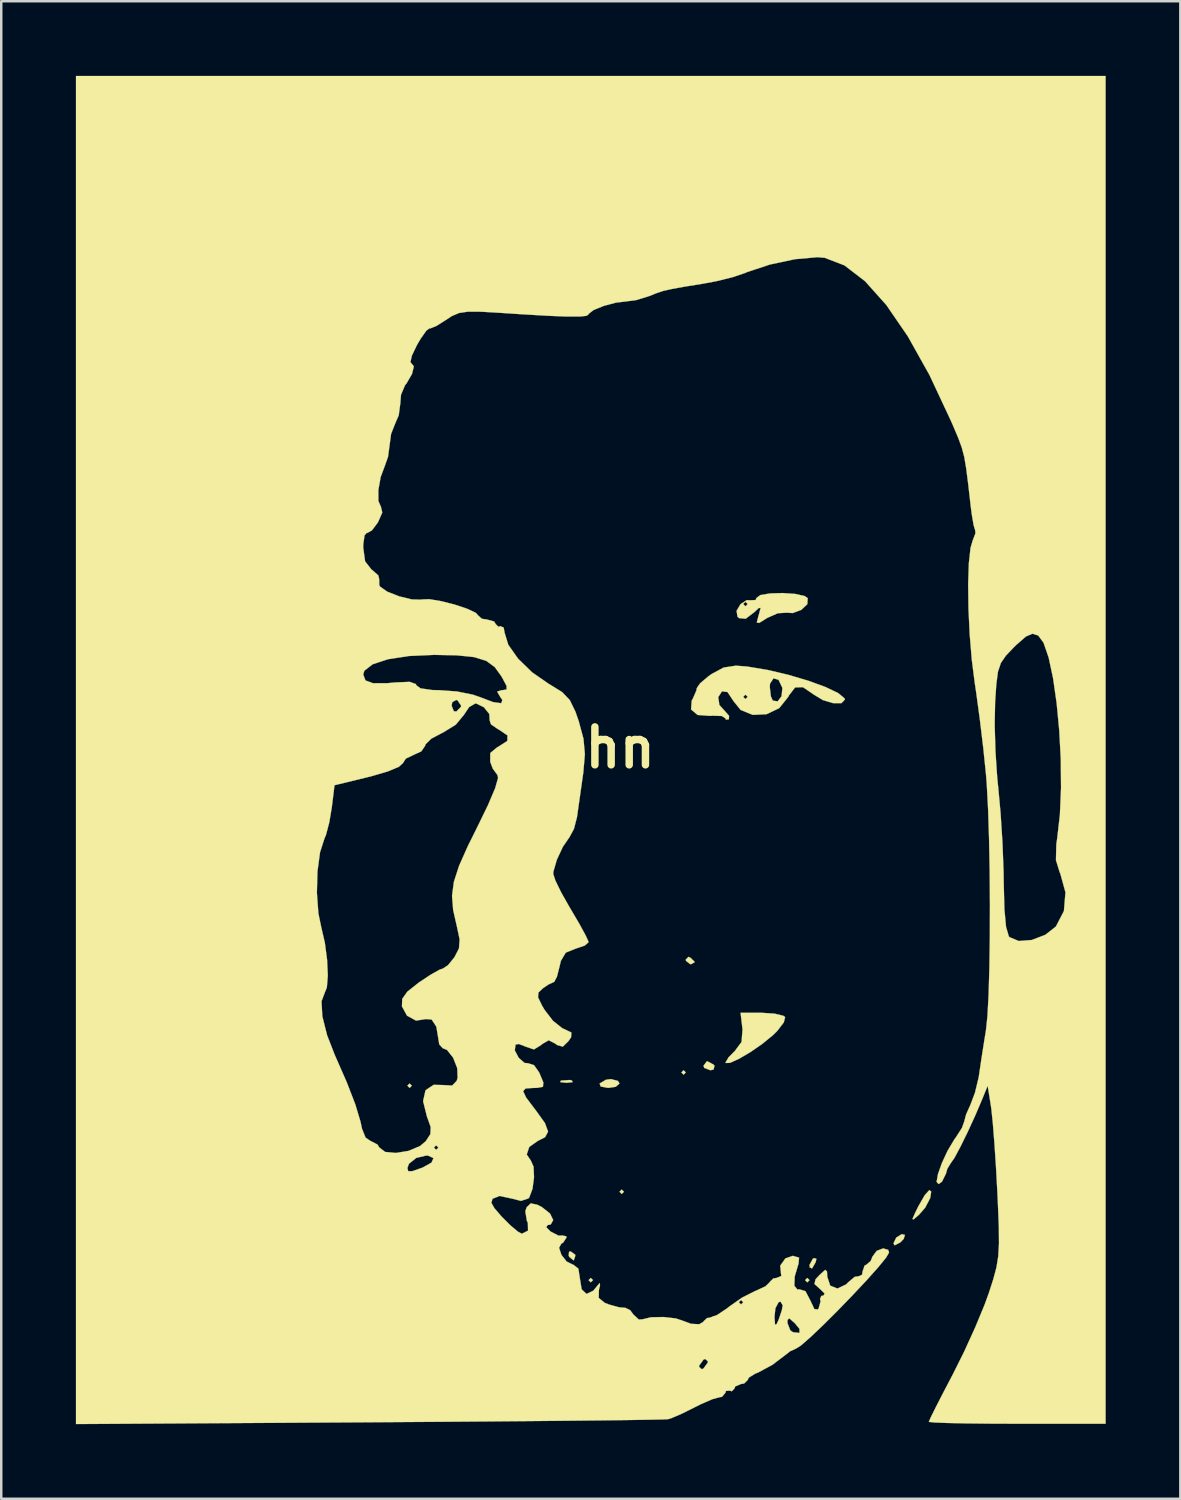
<source format=kicad_pcb>
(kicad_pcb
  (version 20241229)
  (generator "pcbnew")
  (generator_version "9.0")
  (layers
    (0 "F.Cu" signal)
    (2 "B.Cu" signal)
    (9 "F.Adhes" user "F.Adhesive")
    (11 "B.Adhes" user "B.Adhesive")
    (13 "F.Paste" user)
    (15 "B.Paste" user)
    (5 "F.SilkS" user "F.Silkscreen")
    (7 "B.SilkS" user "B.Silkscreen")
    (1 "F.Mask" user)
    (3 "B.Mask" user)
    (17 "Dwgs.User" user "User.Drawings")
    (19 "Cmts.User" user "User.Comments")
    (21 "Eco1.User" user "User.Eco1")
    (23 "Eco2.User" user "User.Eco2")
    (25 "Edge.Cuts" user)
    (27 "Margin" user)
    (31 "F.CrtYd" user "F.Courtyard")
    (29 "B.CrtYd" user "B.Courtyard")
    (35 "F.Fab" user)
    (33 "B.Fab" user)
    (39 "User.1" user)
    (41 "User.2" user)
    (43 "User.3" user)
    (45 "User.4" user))
  (footprint "John"
    (layer "F.Cu")
    (at 20.609 27.004)
    (property "Reference" "John" (at 0 0 0) (layer "F.SilkS") (effects (font (size 1.524 1.524) (thickness 0.3))))
    (attr through_hole)
    (fp_poly (pts (xy -7.105 13.588) (xy -7.194 13.677) (xy -7.283 13.588) (xy -7.194 13.499) (xy -7.105 13.588)) (stroke (width 0.01) (type solid)) (fill yes) (layer "F.SilkS"))
    (fp_poly (pts (xy 0.178 21.403) (xy 0.089 21.492) (xy 0 21.403) (xy 0.089 21.315) (xy 0.178 21.403)) (stroke (width 0.01) (type solid)) (fill yes) (layer "F.SilkS"))
    (fp_poly (pts (xy 1.421 17.851) (xy 1.332 17.94) (xy 1.243 17.851) (xy 1.332 17.762) (xy 1.421 17.851)) (stroke (width 0.01) (type solid)) (fill yes) (layer "F.SilkS"))
    (fp_poly (pts (xy 3.908 13.055) (xy 3.819 13.144) (xy 3.73 13.055) (xy 3.819 12.966) (xy 3.908 13.055)) (stroke (width 0.01) (type solid)) (fill yes) (layer "F.SilkS"))
    (fp_poly (pts (xy 8.881 21.403) (xy 8.792 21.492) (xy 8.703 21.403) (xy 8.792 21.315) (xy 8.881 21.403)) (stroke (width 0.01) (type solid)) (fill yes) (layer "F.SilkS"))
    (fp_poly (pts (xy -0.666 13.382) (xy -0.644 13.446) (xy -0.888 13.471) (xy -1.14 13.443) (xy -1.11 13.382) (xy -0.746 13.358) (xy -0.666 13.382)) (stroke (width 0.01) (type solid)) (fill yes) (layer "F.SilkS"))
    (fp_poly (pts (xy 9.158 20.545) (xy 9.127 20.684) (xy 8.983 20.934) (xy 8.89 20.892) (xy 8.881 20.792) (xy 9.01 20.551) (xy 9.057 20.517) (xy 9.158 20.545)) (stroke (width 0.01) (type solid)) (fill yes) (layer "F.SilkS"))
    (fp_poly (pts (xy 12.716 19.584) (xy 12.668 19.745) (xy 12.527 19.89) (xy 12.303 20.005) (xy 12.256 19.926) (xy 12.367 19.693) (xy 12.587 19.556) (xy 12.716 19.584)) (stroke (width 0.01) (type solid)) (fill yes) (layer "F.SilkS"))
    (fp_poly (pts (xy -0.54 20.378) (xy -0.533 20.427) (xy -0.593 20.6) (xy -0.611 20.604) (xy -0.763 20.48) (xy -0.799 20.427) (xy -0.785 20.263) (xy -0.721 20.249) (xy -0.54 20.378)) (stroke (width 0.01) (type solid)) (fill yes) (layer "F.SilkS"))
    (fp_poly (pts (xy 1.181 13.398) (xy 1.243 13.499) (xy 1.091 13.632) (xy 0.789 13.677) (xy 0.487 13.621) (xy 0.444 13.499) (xy 0.695 13.35) (xy 0.899 13.322) (xy 1.181 13.398)) (stroke (width 0.01) (type solid)) (fill yes) (layer "F.SilkS"))
    (fp_poly (pts (xy 4.085 8.437) (xy 4.255 8.597) (xy 4.263 8.625) (xy 4.126 8.701) (xy 4.085 8.703) (xy 3.915 8.567) (xy 3.908 8.515) (xy 4.017 8.409) (xy 4.085 8.437)) (stroke (width 0.01) (type solid)) (fill yes) (layer "F.SilkS"))
    (fp_poly (pts (xy 5.026 12.74) (xy 5.062 12.789) (xy 5.022 12.941) (xy 4.895 12.966) (xy 4.652 12.874) (xy 4.618 12.789) (xy 4.746 12.616) (xy 4.785 12.611) (xy 5.026 12.74)) (stroke (width 0.01) (type solid)) (fill yes) (layer "F.SilkS"))
    (fp_poly (pts (xy 13.773 17.844) (xy 13.731 18.106) (xy 13.532 18.488) (xy 13.285 18.772) (xy 13.068 18.96) (xy 13.018 18.947) (xy 13.132 18.687) (xy 13.258 18.433) (xy 13.513 17.988) (xy 13.696 17.783) (xy 13.773 17.844)) (stroke (width 0.01) (type solid)) (fill yes) (layer "F.SilkS"))
    (fp_poly (pts (xy 7.471 10.691) (xy 7.826 10.776) (xy 7.901 10.831) (xy 7.848 11.043) (xy 7.589 11.381) (xy 7.423 11.546) (xy 6.995 11.898) (xy 6.508 12.235) (xy 6.044 12.508) (xy 5.685 12.67) (xy 5.511 12.675) (xy 5.506 12.654) (xy 5.628 12.446) (xy 5.879 12.193) (xy 6.149 11.829) (xy 6.188 11.323) (xy 6.181 11.265) (xy 6.11 10.657) (xy 6.952 10.657) (xy 7.471 10.691)) (stroke (width 0.01) (type solid)) (fill yes) (layer "F.SilkS"))
    (fp_poly (pts (xy 8.301 -6.181) (xy 8.68 -6.097) (xy 8.809 -6.012) (xy 8.793 -5.768) (xy 8.551 -5.539) (xy 8.205 -5.411) (xy 7.966 -5.426) (xy 7.606 -5.404) (xy 7.179 -5.214) (xy 6.856 -5.013) (xy 6.761 -5.032) (xy 6.827 -5.291) (xy 6.839 -5.329) (xy 6.917 -5.621) (xy 6.835 -5.61) (xy 6.672 -5.454) (xy 6.316 -5.183) (xy 6.051 -5.208) (xy 5.986 -5.263) (xy 5.949 -5.501) (xy 6.11 -5.772) (xy 6.112 -5.773) (xy 6.217 -5.773) (xy 6.306 -5.684) (xy 6.394 -5.773) (xy 6.306 -5.862) (xy 6.217 -5.773) (xy 6.112 -5.773) (xy 6.361 -5.932) (xy 6.486 -5.925) (xy 6.712 -5.934) (xy 6.75 -6.02) (xy 6.906 -6.135) (xy 7.295 -6.2) (xy 7.8 -6.215) (xy 8.301 -6.181)) (stroke (width 0.01) (type solid)) (fill yes) (layer "F.SilkS"))
    (fp_poly (pts (xy 6.368 -3.262) (xy 7.179 -3.128) (xy 8.022 -2.93) (xy 8.827 -2.692) (xy 9.52 -2.44) (xy 10.031 -2.196) (xy 10.286 -1.986) (xy 10.302 -1.932) (xy 10.164 -1.79) (xy 9.829 -1.79) (xy 9.418 -1.913) (xy 9.059 -2.131) (xy 8.618 -2.431) (xy 8.302 -2.421) (xy 8.051 -2.096) (xy 8.024 -2.039) (xy 7.662 -1.588) (xy 7.152 -1.345) (xy 6.6 -1.318) (xy 6.112 -1.516) (xy 5.827 -1.87) (xy 5.713 -2.043) (xy 6.217 -2.043) (xy 6.306 -1.954) (xy 6.394 -2.043) (xy 6.306 -2.131) (xy 6.217 -2.043) (xy 5.713 -2.043) (xy 5.585 -2.237) (xy 5.363 -2.266) (xy 5.212 -2.034) (xy 5.257 -1.716) (xy 5.439 -1.516) (xy 5.647 -1.281) (xy 5.639 -1.139) (xy 5.515 -1.127) (xy 5.506 -1.178) (xy 5.352 -1.273) (xy 4.973 -1.286) (xy 4.886 -1.277) (xy 4.383 -1.315) (xy 4.12 -1.535) (xy 4.145 -1.889) (xy 4.2 -1.99) (xy 4.335 -2.302) (xy 4.349 -2.391) (xy 4.384 -2.442) (xy 7.283 -2.442) (xy 7.328 -2.062) (xy 7.404 -1.892) (xy 7.6 -1.862) (xy 7.757 -2.068) (xy 7.79 -2.394) (xy 7.788 -2.409) (xy 7.636 -2.728) (xy 7.433 -2.787) (xy 7.294 -2.576) (xy 7.283 -2.442) (xy 4.384 -2.442) (xy 4.485 -2.589) (xy 4.822 -2.874) (xy 4.947 -2.962) (xy 5.428 -3.221) (xy 5.921 -3.296) (xy 6.368 -3.262)) (stroke (width 0.01) (type solid)) (fill yes) (layer "F.SilkS"))
    (fp_poly (pts (xy 20.782 27.176) (xy 17.229 27.176) (xy 16.15 27.172) (xy 15.202 27.162) (xy 14.44 27.146) (xy 13.916 27.126) (xy 13.684 27.102) (xy 13.677 27.097) (xy 13.755 26.918) (xy 13.967 26.491) (xy 14.281 25.88) (xy 14.643 25.188) (xy 15.097 24.278) (xy 15.541 23.303) (xy 15.913 22.405) (xy 16.084 21.936) (xy 16.267 21.37) (xy 16.393 20.903) (xy 16.467 20.45) (xy 16.497 19.929) (xy 16.491 19.256) (xy 16.454 18.347) (xy 16.432 17.872) (xy 16.377 16.862) (xy 16.314 15.909) (xy 16.25 15.101) (xy 16.191 14.529) (xy 16.174 14.409) (xy 16.042 13.588) (xy 15.826 14.121) (xy 15.546 14.778) (xy 15.238 15.449) (xy 14.943 16.05) (xy 14.704 16.494) (xy 14.562 16.696) (xy 14.562 16.697) (xy 14.42 16.928) (xy 14.364 17.126) (xy 14.205 17.446) (xy 14.071 17.542) (xy 13.989 17.455) (xy 14.043 17.144) (xy 14.201 16.698) (xy 14.43 16.206) (xy 14.697 15.756) (xy 14.773 15.651) (xy 15.008 15.285) (xy 15.099 15.03) (xy 15.177 14.739) (xy 15.348 14.357) (xy 15.532 13.87) (xy 15.679 13.258) (xy 15.702 13.114) (xy 15.797 12.469) (xy 15.916 11.711) (xy 15.972 11.368) (xy 16.033 10.796) (xy 16.079 9.937) (xy 16.111 8.856) (xy 16.129 7.622) (xy 16.133 6.301) (xy 16.123 4.961) (xy 16.098 3.667) (xy 16.06 2.489) (xy 16.007 1.492) (xy 15.974 1.066) (xy 15.866 0.016) (xy 15.753 -0.924) (xy 16.324 -0.924) (xy 16.355 0.142) (xy 16.426 1.201) (xy 16.466 1.599) (xy 16.562 2.64) (xy 16.638 3.837) (xy 16.682 4.992) (xy 16.688 5.426) (xy 16.714 6.487) (xy 16.781 7.203) (xy 16.891 7.58) (xy 16.919 7.616) (xy 17.293 7.772) (xy 17.815 7.731) (xy 18.358 7.523) (xy 18.784 7.19) (xy 19.107 6.566) (xy 19.169 5.815) (xy 18.961 5.058) (xy 18.937 5.009) (xy 18.787 4.522) (xy 18.802 3.887) (xy 18.837 3.641) (xy 18.945 2.702) (xy 18.991 1.627) (xy 18.981 0.478) (xy 18.92 -0.684) (xy 18.814 -1.796) (xy 18.67 -2.797) (xy 18.493 -3.625) (xy 18.288 -4.219) (xy 18.074 -4.509) (xy 17.844 -4.581) (xy 17.577 -4.467) (xy 17.188 -4.126) (xy 17.097 -4.037) (xy 16.775 -3.699) (xy 16.573 -3.405) (xy 16.455 -3.052) (xy 16.389 -2.541) (xy 16.341 -1.818) (xy 16.324 -0.924) (xy 15.753 -0.924) (xy 15.725 -1.157) (xy 15.576 -2.252) (xy 15.527 -2.576) (xy 15.405 -3.526) (xy 15.319 -4.561) (xy 15.27 -5.604) (xy 15.258 -6.58) (xy 15.286 -7.415) (xy 15.354 -8.032) (xy 15.437 -8.318) (xy 15.551 -8.619) (xy 15.541 -8.734) (xy 15.478 -8.941) (xy 15.403 -9.382) (xy 15.363 -9.69) (xy 15.26 -10.591) (xy 15.179 -11.227) (xy 15.101 -11.687) (xy 15.003 -12.059) (xy 14.867 -12.432) (xy 14.672 -12.894) (xy 14.563 -13.144) (xy 13.704 -14.977) (xy 12.835 -16.531) (xy 11.969 -17.793) (xy 11.115 -18.749) (xy 10.286 -19.386) (xy 9.492 -19.691) (xy 9.201 -19.716) (xy 8.296 -19.635) (xy 7.286 -19.42) (xy 6.372 -19.117) (xy 6.279 -19.077) (xy 5.797 -18.914) (xy 5.129 -18.749) (xy 4.591 -18.649) (xy 3.836 -18.527) (xy 3.337 -18.437) (xy 2.998 -18.359) (xy 2.723 -18.268) (xy 2.431 -18.15) (xy 1.924 -17.994) (xy 1.525 -17.94) (xy 1.091 -17.887) (xy 0.609 -17.758) (xy 0.205 -17.594) (xy 0.005 -17.44) (xy 0 -17.418) (xy -0.084 -17.359) (xy -0.36 -17.329) (xy -0.862 -17.329) (xy -1.626 -17.36) (xy -2.687 -17.422) (xy -3.521 -17.477) (xy -4.314 -17.524) (xy -4.846 -17.527) (xy -5.21 -17.472) (xy -5.497 -17.349) (xy -5.741 -17.189) (xy -6.12 -16.95) (xy -6.365 -16.852) (xy -6.394 -16.858) (xy -6.523 -16.761) (xy -6.753 -16.434) (xy -6.896 -16.191) (xy -7.1 -15.766) (xy -7.162 -15.499) (xy -7.124 -15.453) (xy -7.023 -15.327) (xy -7.099 -15.02) (xy -7.319 -14.642) (xy -7.38 -14.565) (xy -7.54 -14.185) (xy -7.566 -13.855) (xy -7.631 -13.36) (xy -7.762 -13.06) (xy -7.938 -12.615) (xy -7.993 -12.205) (xy -8.062 -11.691) (xy -8.186 -11.339) (xy -8.358 -10.877) (xy -8.45 -10.358) (xy -8.449 -9.914) (xy -8.346 -9.679) (xy -8.293 -9.453) (xy -8.467 -9.056) (xy -8.708 -8.736) (xy -8.898 -8.629) (xy -8.914 -8.635) (xy -9.005 -8.538) (xy -9.055 -8.188) (xy -9.059 -8.046) (xy -8.983 -7.491) (xy -8.731 -7.164) (xy -8.697 -7.142) (xy -8.45 -6.921) (xy -8.418 -6.78) (xy -8.413 -6.53) (xy -8.381 -6.474) (xy -8.095 -6.272) (xy -7.618 -6.084) (xy -7.111 -5.96) (xy -6.736 -5.949) (xy -6.705 -5.958) (xy -6.403 -5.969) (xy -5.924 -5.889) (xy -5.378 -5.75) (xy -4.876 -5.582) (xy -4.53 -5.418) (xy -4.441 -5.316) (xy -4.292 -5.182) (xy -4.085 -5.151) (xy -3.797 -5.072) (xy -3.73 -4.963) (xy -3.621 -4.857) (xy -3.552 -4.885) (xy -3.414 -4.829) (xy -3.375 -4.619) (xy -3.228 -4.137) (xy -2.835 -3.579) (xy -2.268 -3.027) (xy -1.598 -2.563) (xy -1.562 -2.543) (xy -1.066 -2.236) (xy -0.755 -1.913) (xy -0.528 -1.446) (xy -0.395 -1.061) (xy -0.205 -0.357) (xy -0.149 0.263) (xy -0.212 1.001) (xy -0.225 1.091) (xy -0.324 1.791) (xy -0.416 2.436) (xy -0.466 2.792) (xy -0.588 3.264) (xy -0.764 3.591) (xy -1.033 3.984) (xy -1.276 4.506) (xy -1.413 4.975) (xy -1.421 5.074) (xy -1.333 5.344) (xy -1.101 5.819) (xy -0.771 6.403) (xy -0.71 6.505) (xy -0.372 7.08) (xy -0.121 7.54) (xy -0.003 7.799) (xy 0 7.819) (xy -0.153 7.955) (xy -0.521 8.079) (xy -0.527 8.081) (xy -0.917 8.239) (xy -1.114 8.57) (xy -1.169 8.805) (xy -1.273 9.211) (xy -1.382 9.415) (xy -1.396 9.42) (xy -1.613 9.52) (xy -1.827 9.666) (xy -2.015 9.841) (xy -2.032 10.034) (xy -1.871 10.367) (xy -1.771 10.537) (xy -1.431 10.979) (xy -1.057 11.278) (xy -0.978 11.312) (xy -0.69 11.451) (xy -0.703 11.641) (xy -0.806 11.794) (xy -1.037 12.019) (xy -1.266 11.952) (xy -1.336 11.898) (xy -1.602 11.761) (xy -1.858 11.908) (xy -1.898 11.947) (xy -2.197 12.13) (xy -2.503 12.027) (xy -2.806 11.91) (xy -2.937 11.937) (xy -2.965 12.17) (xy -2.81 12.466) (xy -2.575 12.672) (xy -2.427 12.687) (xy -2.192 12.763) (xy -1.985 13.057) (xy -1.817 13.459) (xy -1.835 13.634) (xy -2.074 13.676) (xy -2.22 13.677) (xy -2.532 13.7) (xy -2.631 13.808) (xy -2.511 14.063) (xy -2.165 14.522) (xy -2.131 14.565) (xy -1.754 15.089) (xy -1.628 15.432) (xy -1.747 15.658) (xy -2.043 15.808) (xy -2.384 16.049) (xy -2.486 16.353) (xy -2.319 16.601) (xy -2.212 16.842) (xy -2.193 17.271) (xy -2.254 17.734) (xy -2.384 18.078) (xy -2.419 18.12) (xy -2.718 18.218) (xy -3.094 18.123) (xy -3.58 18.019) (xy -3.861 18.133) (xy -3.908 18.292) (xy -3.789 18.506) (xy -3.502 18.842) (xy -3.149 19.195) (xy -2.834 19.46) (xy -2.68 19.538) (xy -2.434 19.414) (xy -2.441 19.102) (xy -2.481 19.017) (xy -2.543 18.634) (xy -2.486 18.471) (xy -2.325 18.318) (xy -2.069 18.37) (xy -1.877 18.467) (xy -1.551 18.724) (xy -1.422 18.989) (xy -1.52 19.165) (xy -1.643 19.189) (xy -1.701 19.276) (xy -1.528 19.45) (xy -1.211 19.613) (xy -1.04 19.611) (xy -0.895 19.643) (xy -0.888 19.691) (xy -1.027 19.902) (xy -1.091 19.932) (xy -1.187 20.102) (xy -1.093 20.386) (xy -0.883 20.655) (xy -0.627 20.782) (xy -0.615 20.782) (xy -0.41 20.941) (xy -0.355 21.304) (xy -0.279 21.771) (xy -0.083 21.958) (xy 0.186 21.83) (xy 0.269 21.732) (xy 0.446 21.517) (xy 0.46 21.611) (xy 0.414 21.805) (xy 0.409 22.119) (xy 0.651 22.317) (xy 0.823 22.384) (xy 1.23 22.497) (xy 1.478 22.516) (xy 1.671 22.61) (xy 1.8 22.784) (xy 2.021 22.988) (xy 2.17 22.978) (xy 2.509 22.896) (xy 3.015 22.886) (xy 3.51 22.943) (xy 3.78 23.033) (xy 4.118 23.159) (xy 4.448 23.176) (xy 4.616 23.079) (xy 4.618 23.061) (xy 4.762 22.928) (xy 4.871 22.913) (xy 4.963 22.879) (xy 7.473 22.879) (xy 7.494 23.191) (xy 7.558 23.174) (xy 7.58 23.127) (xy 7.993 23.127) (xy 8.11 23.424) (xy 8.215 23.496) (xy 8.481 23.526) (xy 8.475 23.359) (xy 8.293 23.137) (xy 8.069 22.939) (xy 7.998 23.002) (xy 7.993 23.127) (xy 7.58 23.127) (xy 7.638 23.002) (xy 7.77 22.606) (xy 7.803 22.414) (xy 7.716 22.267) (xy 7.638 22.292) (xy 7.51 22.533) (xy 7.473 22.879) (xy 4.963 22.879) (xy 5.163 22.806) (xy 5.564 22.54) (xy 5.657 22.465) (xy 5.904 22.292) (xy 6.039 22.292) (xy 6.128 22.38) (xy 6.217 22.292) (xy 6.128 22.203) (xy 6.039 22.292) (xy 5.904 22.292) (xy 6.167 22.108) (xy 6.694 21.841) (xy 6.736 21.826) (xy 7.111 21.651) (xy 7.282 21.485) (xy 7.283 21.475) (xy 7.427 21.334) (xy 7.559 21.315) (xy 7.748 21.236) (xy 7.736 21.153) (xy 7.703 20.822) (xy 7.91 20.531) (xy 8.209 20.427) (xy 8.462 20.499) (xy 8.44 20.737) (xy 8.286 21.256) (xy 8.272 21.631) (xy 8.397 21.783) (xy 8.47 21.771) (xy 8.717 21.846) (xy 8.914 22.222) (xy 9.077 22.568) (xy 9.218 22.58) (xy 9.248 22.539) (xy 9.327 22.252) (xy 9.303 22.167) (xy 9.354 22.038) (xy 9.437 22.025) (xy 9.489 21.942) (xy 9.315 21.77) (xy 9.08 21.558) (xy 9.122 21.371) (xy 9.281 21.199) (xy 9.511 20.99) (xy 9.585 21.057) (xy 9.592 21.258) (xy 9.713 21.625) (xy 10.003 21.741) (xy 10.354 21.574) (xy 10.427 21.498) (xy 10.698 21.271) (xy 10.867 21.245) (xy 10.992 21.187) (xy 11.013 21.059) (xy 11.095 20.816) (xy 11.169 20.782) (xy 11.339 20.635) (xy 11.412 20.456) (xy 11.58 20.228) (xy 11.84 20.127) (xy 12.044 20.187) (xy 12.078 20.295) (xy 11.959 20.499) (xy 11.638 20.892) (xy 11.17 21.416) (xy 10.609 22.014) (xy 10.011 22.632) (xy 9.43 23.211) (xy 8.92 23.696) (xy 8.537 24.03) (xy 8.336 24.157) (xy 8.334 24.157) (xy 8.1 24.263) (xy 7.954 24.379) (xy 7.389 24.808) (xy 6.803 25.123) (xy 6.705 25.159) (xy 6.443 25.32) (xy 6.394 25.421) (xy 6.25 25.56) (xy 6.128 25.578) (xy 5.892 25.679) (xy 5.862 25.766) (xy 5.753 25.872) (xy 5.684 25.844) (xy 5.52 25.858) (xy 5.506 25.922) (xy 5.365 26.094) (xy 5.266 26.11) (xy 4.977 26.189) (xy 4.513 26.39) (xy 4.245 26.525) (xy 3.734 26.779) (xy 3.323 26.954) (xy 3.197 26.993) (xy 2.978 27.003) (xy 2.434 27.014) (xy 1.594 27.027) (xy 0.49 27.041) (xy -0.849 27.055) (xy -2.393 27.069) (xy -4.111 27.084) (xy -5.974 27.098) (xy -7.952 27.111) (xy -8.837 27.117) (xy -20.604 27.188) (xy -20.604 24.888) (xy 4.441 24.888) (xy 4.55 24.984) (xy 4.618 24.956) (xy 4.789 24.721) (xy 4.796 24.669) (xy 4.686 24.572) (xy 4.618 24.601) (xy 4.447 24.836) (xy 4.441 24.888) (xy -20.604 24.888) (xy -20.604 16.896) (xy -7.283 16.896) (xy -7.25 17.025) (xy -7.087 17.023) (xy -6.697 16.888) (xy -6.672 16.879) (xy -6.315 16.68) (xy -6.234 16.499) (xy -6.448 16.4) (xy -6.528 16.395) (xy -6.926 16.491) (xy -7.22 16.725) (xy -7.283 16.896) (xy -20.604 16.896) (xy -20.604 5.836) (xy -10.921 5.836) (xy -10.861 6.658) (xy -10.747 7.212) (xy -10.601 7.841) (xy -10.511 8.527) (xy -10.482 9.162) (xy -10.52 9.638) (xy -10.597 9.827) (xy -10.735 10.195) (xy -10.703 10.796) (xy -10.511 11.56) (xy -10.205 12.345) (xy -9.715 13.462) (xy -9.378 14.335) (xy -9.169 15.029) (xy -9.107 15.32) (xy -8.964 15.675) (xy -8.767 15.808) (xy -8.487 15.951) (xy -8.415 16.068) (xy -8.177 16.25) (xy -7.743 16.291) (xy -7.235 16.207) (xy -6.92 16.075) (xy -6.217 16.075) (xy -6.128 16.164) (xy -6.039 16.075) (xy -6.128 15.986) (xy -6.217 16.075) (xy -6.92 16.075) (xy -6.776 16.014) (xy -6.548 15.823) (xy -6.358 15.533) (xy -6.347 15.248) (xy -6.499 14.822) (xy -6.652 14.208) (xy -6.554 13.769) (xy -6.227 13.553) (xy -5.864 13.561) (xy -5.484 13.582) (xy -5.303 13.395) (xy -5.265 13.273) (xy -5.279 12.883) (xy -5.445 12.461) (xy -5.691 12.151) (xy -5.866 12.078) (xy -6.002 11.928) (xy -6.042 11.679) (xy -6.12 11.214) (xy -6.307 10.928) (xy -6.547 10.908) (xy -6.554 10.912) (xy -6.936 10.971) (xy -7.299 10.772) (xy -7.502 10.4) (xy -7.491 10.099) (xy -7.289 9.811) (xy -6.834 9.449) (xy -6.806 9.429) (xy -6.34 9.121) (xy -5.983 8.922) (xy -5.86 8.881) (xy -5.654 8.747) (xy -5.392 8.424) (xy -5.389 8.419) (xy -5.21 8.07) (xy -5.183 7.708) (xy -5.296 7.175) (xy -5.297 7.173) (xy -5.444 6.523) (xy -5.489 5.958) (xy -5.415 5.393) (xy -5.205 4.746) (xy -4.843 3.934) (xy -4.493 3.232) (xy -4.043 2.307) (xy -3.755 1.629) (xy -3.638 1.218) (xy -3.661 1.101) (xy -3.851 0.843) (xy -3.954 0.567) (xy -3.951 0.214) (xy -3.667 -0.02) (xy -3.627 -0.039) (xy -3.267 -0.271) (xy -3.26 -0.493) (xy -3.606 -0.727) (xy -3.636 -0.74) (xy -3.923 -0.936) (xy -3.976 -1.099) (xy -3.991 -1.355) (xy -4.209 -1.626) (xy -4.511 -1.773) (xy -4.555 -1.776) (xy -4.802 -1.631) (xy -5.013 -1.316) (xy -5.339 -0.923) (xy -5.859 -0.603) (xy -5.897 -0.587) (xy -6.321 -0.363) (xy -6.555 -0.134) (xy -6.572 -0.073) (xy -6.723 0.148) (xy -7.016 0.282) (xy -7.349 0.442) (xy -7.46 0.617) (xy -7.624 0.769) (xy -8.074 0.956) (xy -8.743 1.152) (xy -8.837 1.175) (xy -10.213 1.51) (xy -10.323 2.41) (xy -10.424 3.007) (xy -10.554 3.501) (xy -10.619 3.658) (xy -10.795 4.207) (xy -10.898 4.976) (xy -10.921 5.836) (xy -20.604 5.836) (xy -20.604 -1.687) (xy -5.506 -1.687) (xy -5.416 -1.466) (xy -5.315 -1.455) (xy -5.132 -1.638) (xy -5.124 -1.687) (xy -5.263 -1.896) (xy -5.315 -1.92) (xy -5.477 -1.834) (xy -5.506 -1.687) (xy -20.604 -1.687) (xy -20.604 -2.943) (xy -9.059 -2.943) (xy -8.969 -2.703) (xy -8.663 -2.59) (xy -8.089 -2.592) (xy -7.771 -2.622) (xy -7.19 -2.646) (xy -6.939 -2.556) (xy -6.927 -2.511) (xy -6.759 -2.385) (xy -6.288 -2.317) (xy -5.971 -2.309) (xy -5.292 -2.259) (xy -4.656 -2.132) (xy -4.417 -2.05) (xy -3.834 -1.831) (xy -3.511 -1.786) (xy -3.466 -1.915) (xy -3.552 -2.043) (xy -3.675 -2.252) (xy -3.507 -2.309) (xy -3.475 -2.309) (xy -3.295 -2.338) (xy -3.297 -2.485) (xy -3.486 -2.839) (xy -3.498 -2.861) (xy -3.769 -3.237) (xy -4.111 -3.489) (xy -4.597 -3.64) (xy -5.297 -3.712) (xy -6.207 -3.73) (xy -7.228 -3.684) (xy -8.069 -3.553) (xy -8.68 -3.352) (xy -9.013 -3.094) (xy -9.059 -2.943) (xy -20.604 -2.943) (xy -20.604 -26.999) (xy 20.782 -26.999) (xy 20.782 27.176)) (stroke (width 0.01) (type solid)) (fill yes) (layer "F.SilkS")))
  (gr_rect
    (start -3 -3)
    (end 44.396 57.197)
    (stroke (width 0.1) (type default))
    (fill no)
    (layer "Edge.Cuts")))
</source>
